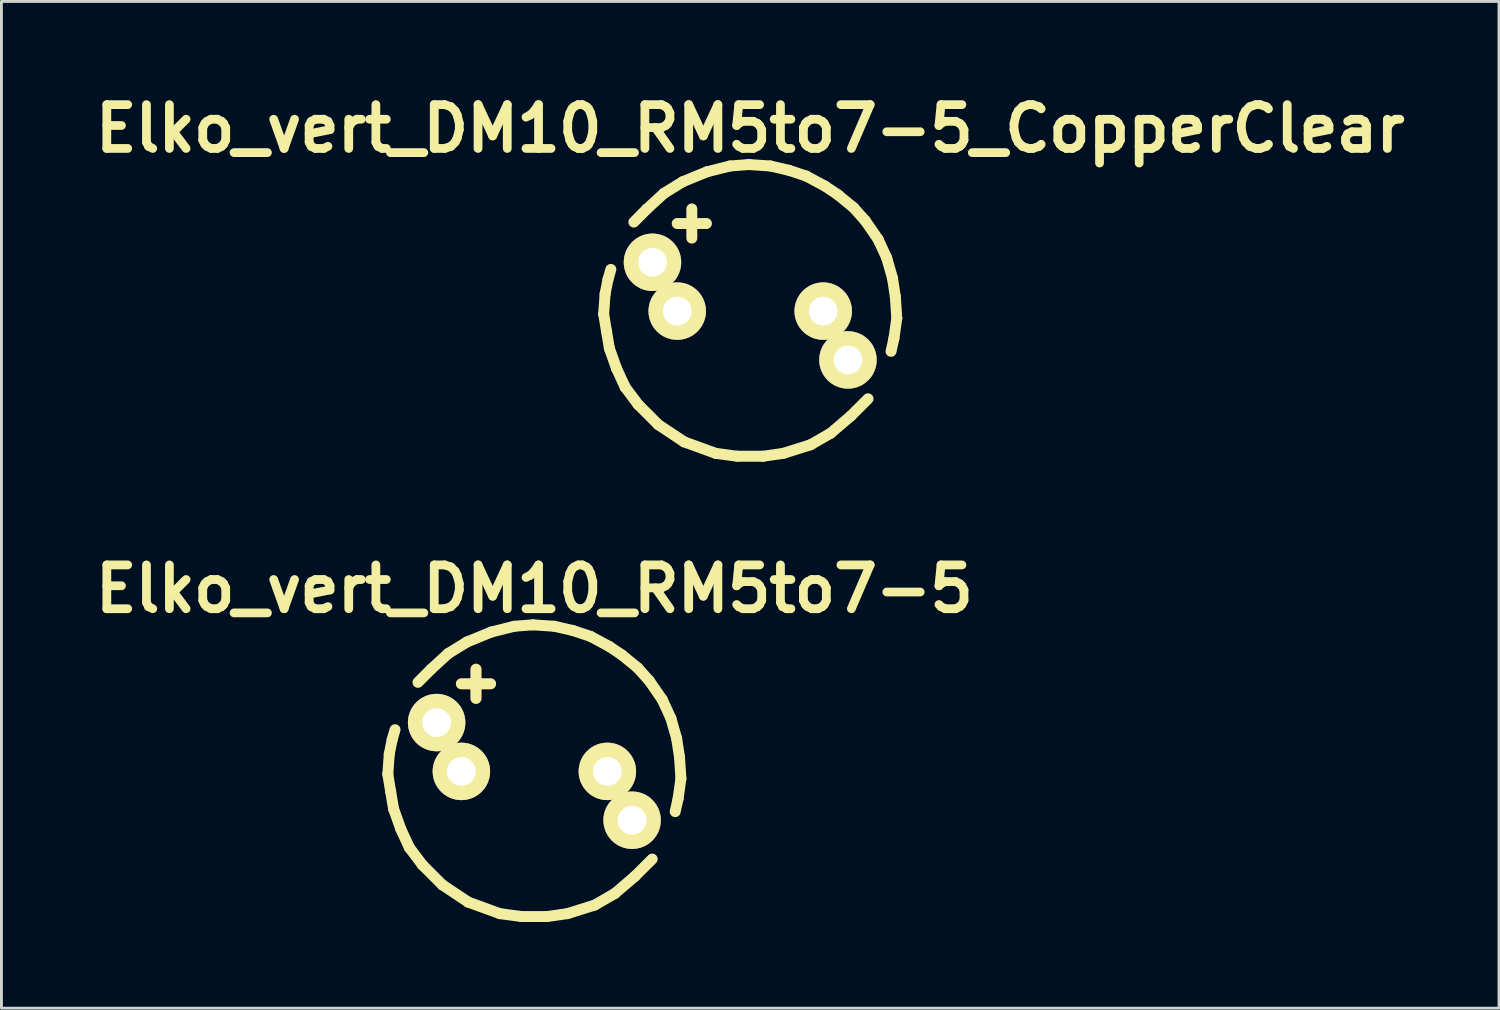
<source format=kicad_pcb>
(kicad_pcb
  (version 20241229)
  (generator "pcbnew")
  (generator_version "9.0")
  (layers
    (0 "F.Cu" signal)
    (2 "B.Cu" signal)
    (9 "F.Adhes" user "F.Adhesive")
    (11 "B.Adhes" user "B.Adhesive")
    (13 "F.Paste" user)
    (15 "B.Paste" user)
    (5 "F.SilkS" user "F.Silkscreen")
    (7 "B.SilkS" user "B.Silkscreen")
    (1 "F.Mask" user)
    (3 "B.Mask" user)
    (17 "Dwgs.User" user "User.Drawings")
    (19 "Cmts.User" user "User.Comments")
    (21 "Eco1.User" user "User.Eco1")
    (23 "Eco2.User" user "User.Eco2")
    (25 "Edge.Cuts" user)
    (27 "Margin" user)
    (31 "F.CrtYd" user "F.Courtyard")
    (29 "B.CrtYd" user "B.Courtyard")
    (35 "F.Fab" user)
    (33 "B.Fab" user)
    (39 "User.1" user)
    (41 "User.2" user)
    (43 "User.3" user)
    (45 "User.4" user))
  (footprint "Elko_vert_DM10_RM5to7-5_CopperClear"
    (layer "F.Cu")
    (at 23.056 7.776)
    (property "Reference" "Elko_vert_DM10_RM5to7-5_CopperClear" (at 0 -6.35 0) (layer "F.SilkS") (effects (font (size 1.524 1.524) (thickness 0.305))))
    (attr through_hole)
    (fp_line (start -5.1 0.099) (end -5.001 0.701) (stroke (width 0.381) (type solid)) (layer "F.SilkS"))
    (fp_line (start -5.05 -0.599) (end -5.1 0.099) (stroke (width 0.381) (type solid)) (layer "F.SilkS"))
    (fp_line (start -5.001 0.701) (end -4.9 1.3) (stroke (width 0.381) (type solid)) (layer "F.SilkS"))
    (fp_line (start -4.95 -1.1) (end -5.05 -0.599) (stroke (width 0.381) (type solid)) (layer "F.SilkS"))
    (fp_line (start -4.9 1.3) (end -4.651 1.999) (stroke (width 0.381) (type solid)) (layer "F.SilkS"))
    (fp_line (start -4.849 -1.45) (end -4.95 -1.1) (stroke (width 0.381) (type solid)) (layer "F.SilkS"))
    (fp_line (start -4.651 1.999) (end -4.351 2.649) (stroke (width 0.381) (type solid)) (layer "F.SilkS"))
    (fp_line (start -4.351 2.649) (end -3.899 3.251) (stroke (width 0.381) (type solid)) (layer "F.SilkS"))
    (fp_line (start -3.899 3.251) (end -3.2 3.95) (stroke (width 0.381) (type solid)) (layer "F.SilkS"))
    (fp_line (start -3.599 -3.551) (end -4.049 -3.099) (stroke (width 0.381) (type solid)) (layer "F.SilkS"))
    (fp_line (start -3.2 3.95) (end -2.301 4.549) (stroke (width 0.381) (type solid)) (layer "F.SilkS"))
    (fp_line (start -3 -4.1) (end -3.599 -3.551) (stroke (width 0.381) (type solid)) (layer "F.SilkS"))
    (fp_line (start -2.54 -3.048) (end -1.524 -3.048) (stroke (width 0.381) (type solid)) (layer "F.SilkS"))
    (fp_line (start -2.349 -4.501) (end -3 -4.1) (stroke (width 0.381) (type solid)) (layer "F.SilkS"))
    (fp_line (start -2.301 4.549) (end -1.199 4.95) (stroke (width 0.381) (type solid)) (layer "F.SilkS"))
    (fp_line (start -2.032 -3.556) (end -2.032 -2.54) (stroke (width 0.381) (type solid)) (layer "F.SilkS"))
    (fp_line (start -1.501 -4.849) (end -2.349 -4.501) (stroke (width 0.381) (type solid)) (layer "F.SilkS"))
    (fp_line (start -1.199 4.95) (end -0.45 5.05) (stroke (width 0.381) (type solid)) (layer "F.SilkS"))
    (fp_line (start -0.701 -5.05) (end -1.501 -4.849) (stroke (width 0.381) (type solid)) (layer "F.SilkS"))
    (fp_line (start -0.45 5.05) (end 0.45 5.05) (stroke (width 0.381) (type solid)) (layer "F.SilkS"))
    (fp_line (start -0.051 -5.1) (end -0.701 -5.05) (stroke (width 0.381) (type solid)) (layer "F.SilkS"))
    (fp_line (start 0.45 5.05) (end 1.151 4.95) (stroke (width 0.381) (type solid)) (layer "F.SilkS"))
    (fp_line (start 0.701 -5.05) (end -0.051 -5.1) (stroke (width 0.381) (type solid)) (layer "F.SilkS"))
    (fp_line (start 1.151 4.95) (end 2.101 4.651) (stroke (width 0.381) (type solid)) (layer "F.SilkS"))
    (fp_line (start 1.349 -4.9) (end 0.701 -5.05) (stroke (width 0.381) (type solid)) (layer "F.SilkS"))
    (fp_line (start 1.951 -4.699) (end 1.349 -4.9) (stroke (width 0.381) (type solid)) (layer "F.SilkS"))
    (fp_line (start 2.101 4.651) (end 2.799 4.249) (stroke (width 0.381) (type solid)) (layer "F.SilkS"))
    (fp_line (start 2.601 -4.351) (end 1.951 -4.699) (stroke (width 0.381) (type solid)) (layer "F.SilkS"))
    (fp_line (start 2.799 4.249) (end 3.5 3.65) (stroke (width 0.381) (type solid)) (layer "F.SilkS"))
    (fp_line (start 3.051 -4.049) (end 2.601 -4.351) (stroke (width 0.381) (type solid)) (layer "F.SilkS"))
    (fp_line (start 3.5 3.65) (end 4.1 3.051) (stroke (width 0.381) (type solid)) (layer "F.SilkS"))
    (fp_line (start 3.599 -3.599) (end 3.051 -4.049) (stroke (width 0.381) (type solid)) (layer "F.SilkS"))
    (fp_line (start 4 -3.15) (end 3.599 -3.599) (stroke (width 0.381) (type solid)) (layer "F.SilkS"))
    (fp_line (start 4.45 -2.499) (end 4 -3.15) (stroke (width 0.381) (type solid)) (layer "F.SilkS"))
    (fp_line (start 4.75 -1.849) (end 4.45 -2.499) (stroke (width 0.381) (type solid)) (layer "F.SilkS"))
    (fp_line (start 4.9 1.4) (end 5.001 0.95) (stroke (width 0.381) (type solid)) (layer "F.SilkS"))
    (fp_line (start 4.95 -1.151) (end 4.75 -1.849) (stroke (width 0.381) (type solid)) (layer "F.SilkS"))
    (fp_line (start 5.001 0.95) (end 5.1 0.249) (stroke (width 0.381) (type solid)) (layer "F.SilkS"))
    (fp_line (start 5.05 -0.5) (end 4.95 -1.151) (stroke (width 0.381) (type solid)) (layer "F.SilkS"))
    (fp_line (start 5.1 0.249) (end 5.05 -0.5) (stroke (width 0.381) (type solid)) (layer "F.SilkS"))
    (pad "1" thru_hole circle (at -3.401 -1.699) (size 1.999 1.999) (drill 1.001) (layers "*.Cu" "*.Mask" "F.SilkS"))
    (pad "1" thru_hole circle (at -2.54 0) (size 1.999 1.999) (drill 1.001) (layers "*.Cu" "*.Mask" "F.SilkS"))
    (pad "2" thru_hole circle (at 2.54 0) (size 1.999 1.999) (drill 1.001) (layers "*.Cu" "*.Mask" "F.SilkS"))
    (pad "2" thru_hole circle (at 3.401 1.699) (size 1.999 1.999) (drill 1.001) (layers "*.Cu" "*.Mask" "F.SilkS")))
  (footprint "Elko_vert_DM10_RM5to7-5"
    (layer "F.Cu")
    (at 15.545 23.793)
    (property "Reference" "Elko_vert_DM10_RM5to7-5" (at 0 -6.35 0) (layer "F.SilkS") (effects (font (size 1.524 1.524) (thickness 0.305))))
    (attr through_hole)
    (fp_line (start -2.54 -3.048) (end -1.524 -3.048) (stroke (width 0.381) (type solid)) (layer "F.Cu"))
    (fp_line (start -2.032 -3.556) (end -2.032 -2.54) (stroke (width 0.381) (type solid)) (layer "F.Cu"))
    (fp_line (start -5.1 0.099) (end -5.001 0.701) (stroke (width 0.381) (type solid)) (layer "F.SilkS"))
    (fp_line (start -5.05 -0.599) (end -5.1 0.099) (stroke (width 0.381) (type solid)) (layer "F.SilkS"))
    (fp_line (start -5.001 0.701) (end -4.9 1.3) (stroke (width 0.381) (type solid)) (layer "F.SilkS"))
    (fp_line (start -4.95 -1.1) (end -5.05 -0.599) (stroke (width 0.381) (type solid)) (layer "F.SilkS"))
    (fp_line (start -4.9 1.3) (end -4.651 1.999) (stroke (width 0.381) (type solid)) (layer "F.SilkS"))
    (fp_line (start -4.849 -1.45) (end -4.95 -1.1) (stroke (width 0.381) (type solid)) (layer "F.SilkS"))
    (fp_line (start -4.651 1.999) (end -4.351 2.649) (stroke (width 0.381) (type solid)) (layer "F.SilkS"))
    (fp_line (start -4.351 2.649) (end -3.899 3.251) (stroke (width 0.381) (type solid)) (layer "F.SilkS"))
    (fp_line (start -3.899 3.251) (end -3.2 3.95) (stroke (width 0.381) (type solid)) (layer "F.SilkS"))
    (fp_line (start -3.599 -3.551) (end -4.049 -3.099) (stroke (width 0.381) (type solid)) (layer "F.SilkS"))
    (fp_line (start -3.2 3.95) (end -2.301 4.549) (stroke (width 0.381) (type solid)) (layer "F.SilkS"))
    (fp_line (start -3 -4.1) (end -3.599 -3.551) (stroke (width 0.381) (type solid)) (layer "F.SilkS"))
    (fp_line (start -2.54 -3.048) (end -1.524 -3.048) (stroke (width 0.381) (type solid)) (layer "F.SilkS"))
    (fp_line (start -2.349 -4.501) (end -3 -4.1) (stroke (width 0.381) (type solid)) (layer "F.SilkS"))
    (fp_line (start -2.301 4.549) (end -1.199 4.95) (stroke (width 0.381) (type solid)) (layer "F.SilkS"))
    (fp_line (start -2.032 -3.556) (end -2.032 -2.54) (stroke (width 0.381) (type solid)) (layer "F.SilkS"))
    (fp_line (start -1.501 -4.849) (end -2.349 -4.501) (stroke (width 0.381) (type solid)) (layer "F.SilkS"))
    (fp_line (start -1.199 4.95) (end -0.45 5.05) (stroke (width 0.381) (type solid)) (layer "F.SilkS"))
    (fp_line (start -0.701 -5.05) (end -1.501 -4.849) (stroke (width 0.381) (type solid)) (layer "F.SilkS"))
    (fp_line (start -0.45 5.05) (end 0.45 5.05) (stroke (width 0.381) (type solid)) (layer "F.SilkS"))
    (fp_line (start -0.051 -5.1) (end -0.701 -5.05) (stroke (width 0.381) (type solid)) (layer "F.SilkS"))
    (fp_line (start 0.45 5.05) (end 1.151 4.95) (stroke (width 0.381) (type solid)) (layer "F.SilkS"))
    (fp_line (start 0.701 -5.05) (end -0.051 -5.1) (stroke (width 0.381) (type solid)) (layer "F.SilkS"))
    (fp_line (start 1.151 4.95) (end 2.101 4.651) (stroke (width 0.381) (type solid)) (layer "F.SilkS"))
    (fp_line (start 1.349 -4.9) (end 0.701 -5.05) (stroke (width 0.381) (type solid)) (layer "F.SilkS"))
    (fp_line (start 1.951 -4.699) (end 1.349 -4.9) (stroke (width 0.381) (type solid)) (layer "F.SilkS"))
    (fp_line (start 2.101 4.651) (end 2.799 4.249) (stroke (width 0.381) (type solid)) (layer "F.SilkS"))
    (fp_line (start 2.601 -4.351) (end 1.951 -4.699) (stroke (width 0.381) (type solid)) (layer "F.SilkS"))
    (fp_line (start 2.799 4.249) (end 3.5 3.65) (stroke (width 0.381) (type solid)) (layer "F.SilkS"))
    (fp_line (start 3.051 -4.049) (end 2.601 -4.351) (stroke (width 0.381) (type solid)) (layer "F.SilkS"))
    (fp_line (start 3.5 3.65) (end 4.1 3.051) (stroke (width 0.381) (type solid)) (layer "F.SilkS"))
    (fp_line (start 3.599 -3.599) (end 3.051 -4.049) (stroke (width 0.381) (type solid)) (layer "F.SilkS"))
    (fp_line (start 4 -3.15) (end 3.599 -3.599) (stroke (width 0.381) (type solid)) (layer "F.SilkS"))
    (fp_line (start 4.45 -2.499) (end 4 -3.15) (stroke (width 0.381) (type solid)) (layer "F.SilkS"))
    (fp_line (start 4.75 -1.849) (end 4.45 -2.499) (stroke (width 0.381) (type solid)) (layer "F.SilkS"))
    (fp_line (start 4.9 1.4) (end 5.001 0.95) (stroke (width 0.381) (type solid)) (layer "F.SilkS"))
    (fp_line (start 4.95 -1.151) (end 4.75 -1.849) (stroke (width 0.381) (type solid)) (layer "F.SilkS"))
    (fp_line (start 5.001 0.95) (end 5.1 0.249) (stroke (width 0.381) (type solid)) (layer "F.SilkS"))
    (fp_line (start 5.05 -0.5) (end 4.95 -1.151) (stroke (width 0.381) (type solid)) (layer "F.SilkS"))
    (fp_line (start 5.1 0.249) (end 5.05 -0.5) (stroke (width 0.381) (type solid)) (layer "F.SilkS"))
    (pad "1" thru_hole circle (at -3.401 -1.699) (size 1.999 1.999) (drill 1.001) (layers "*.Cu" "*.Mask" "F.SilkS"))
    (pad "1" thru_hole circle (at -2.54 0) (size 1.999 1.999) (drill 1.001) (layers "*.Cu" "*.Mask" "F.SilkS"))
    (pad "2" thru_hole circle (at 2.54 0) (size 1.999 1.999) (drill 1.001) (layers "*.Cu" "*.Mask" "F.SilkS"))
    (pad "2" thru_hole circle (at 3.401 1.699) (size 1.999 1.999) (drill 1.001) (layers "*.Cu" "*.Mask" "F.SilkS")))
  (gr_rect
    (start -3 -3)
    (end 49.112 32.033)
    (stroke (width 0.1) (type default))
    (fill no)
    (layer "Edge.Cuts")))
</source>
